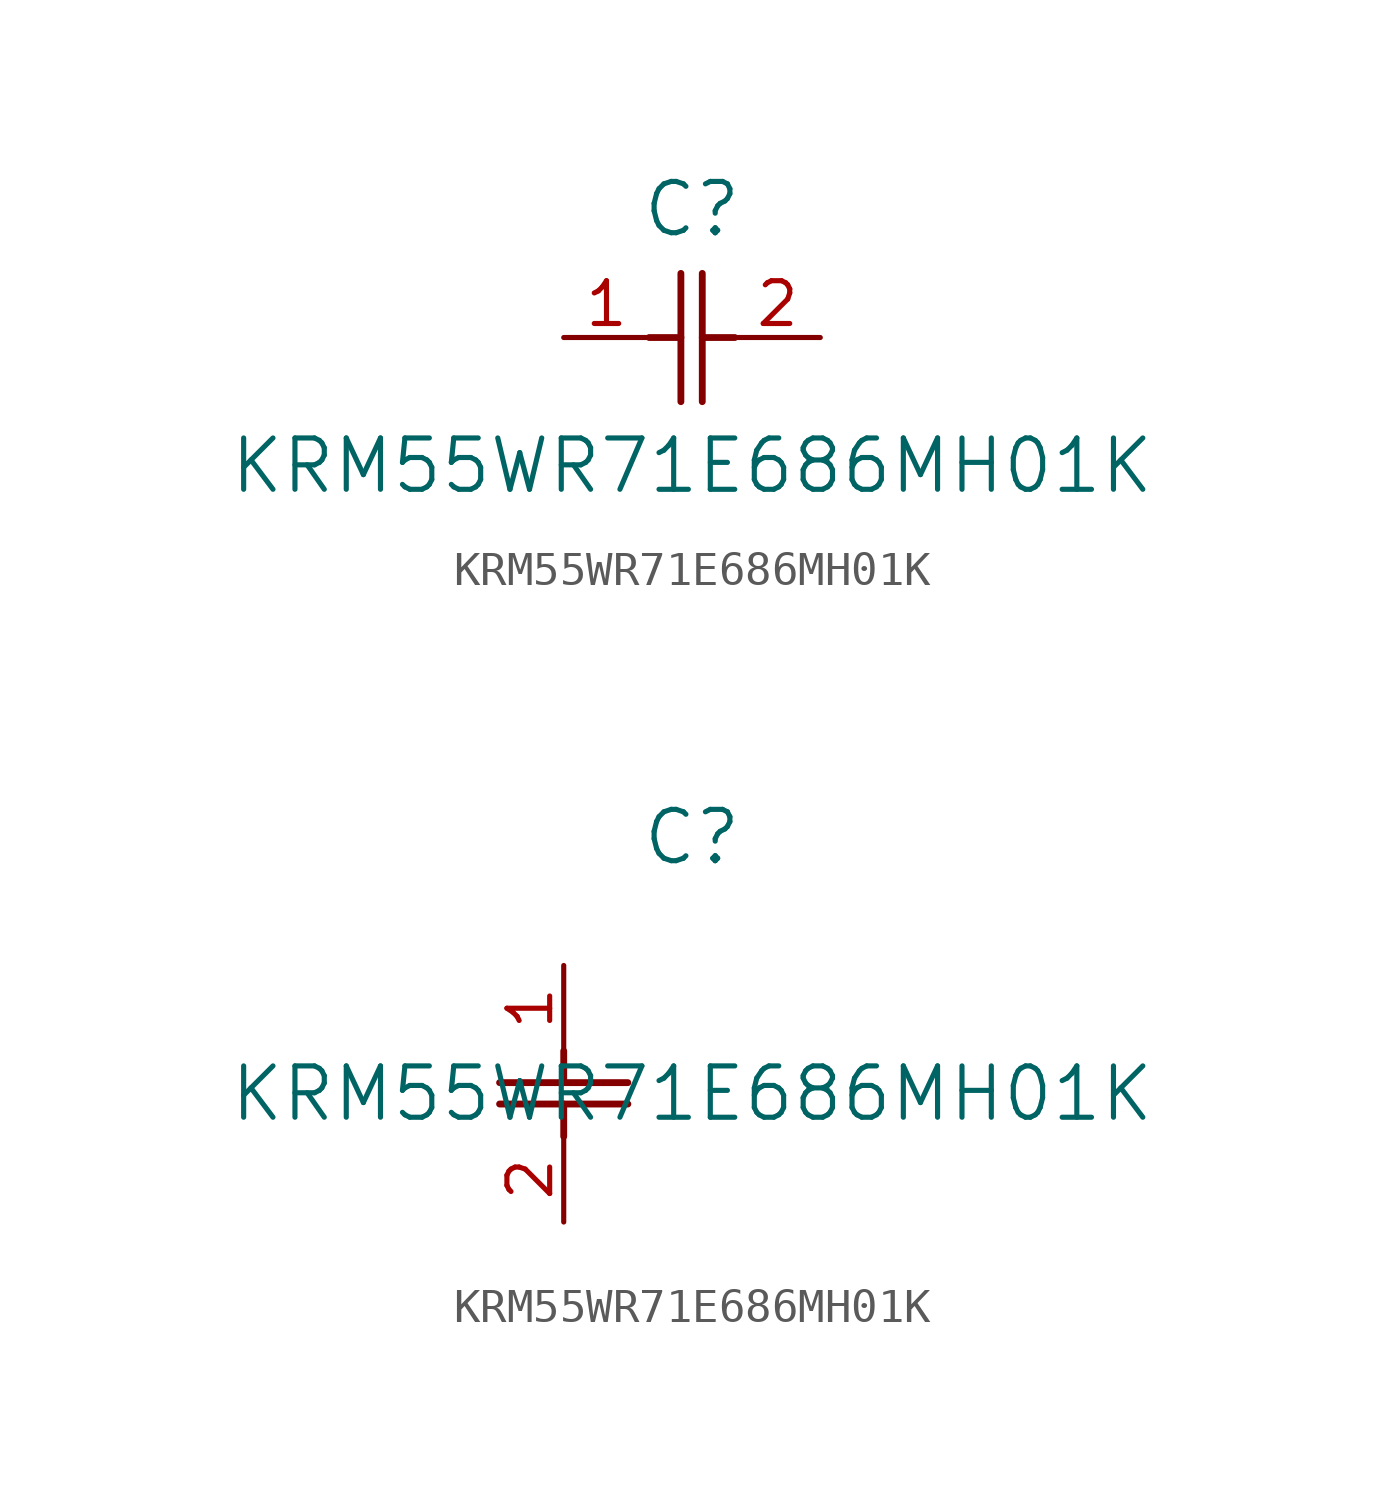
<source format=kicad_sym>
(kicad_symbol_lib
  (version 20211014)
  (generator kicad_symbol_editor)
  (symbol "KRM55WR71E686MH01K"
    (pin_names
      (offset 0.254))
    (property "Reference" "C"
      (at 3.81 3.81 0)
      (effects (font (size 1.524 1.524))))
    (property "Value" "KRM55WR71E686MH01K"
      (at 3.81 -3.81 0)
      (effects (font (size 1.524 1.524))))
    (symbol "KRM55WR71E686MH01K_1_1"
      (polyline (pts (xy 3.48 -1.905) (xy 3.48 1.905)) (stroke (width 0.203) (type default) (color 0 0 0 0)) (fill (type none)))
      (polyline (pts (xy 4.115 -1.905) (xy 4.115 1.905)) (stroke (width 0.203) (type default) (color 0 0 0 0)) (fill (type none)))
      (polyline (pts (xy 4.115 0) (xy 5.08 0)) (stroke (width 0.203) (type default) (color 0 0 0 0)) (fill (type none)))
      (polyline (pts (xy 2.54 0) (xy 3.48 0)) (stroke (width 0.203) (type default) (color 0 0 0 0)) (fill (type none)))
      (pin unspecified line (at 0 0 0) (length 2.54) (name "" (effects (font (size 1.27 1.27)))) (number "1" (effects (font (size 1.27 1.27)))))
      (pin unspecified line (at 7.62 0 180) (length 2.54) (name "" (effects (font (size 1.27 1.27)))) (number "2" (effects (font (size 1.27 1.27))))))
    (symbol "KRM55WR71E686MH01K_1_2"
      (polyline (pts (xy -1.905 -3.48) (xy 1.905 -3.48)) (stroke (width 0.203) (type default) (color 0 0 0 0)) (fill (type none)))
      (polyline (pts (xy -1.905 -4.115) (xy 1.905 -4.115)) (stroke (width 0.203) (type default) (color 0 0 0 0)) (fill (type none)))
      (polyline (pts (xy 0 -4.115) (xy 0 -5.08)) (stroke (width 0.203) (type default) (color 0 0 0 0)) (fill (type none)))
      (polyline (pts (xy 0 -2.54) (xy 0 -3.48)) (stroke (width 0.203) (type default) (color 0 0 0 0)) (fill (type none)))
      (pin unspecified line (at 0 0 270) (length 2.54) (name "" (effects (font (size 1.27 1.27)))) (number "1" (effects (font (size 1.27 1.27)))))
      (pin unspecified line (at 0 -7.62 90) (length 2.54) (name "" (effects (font (size 1.27 1.27)))) (number "2" (effects (font (size 1.27 1.27))))))))
</source>
